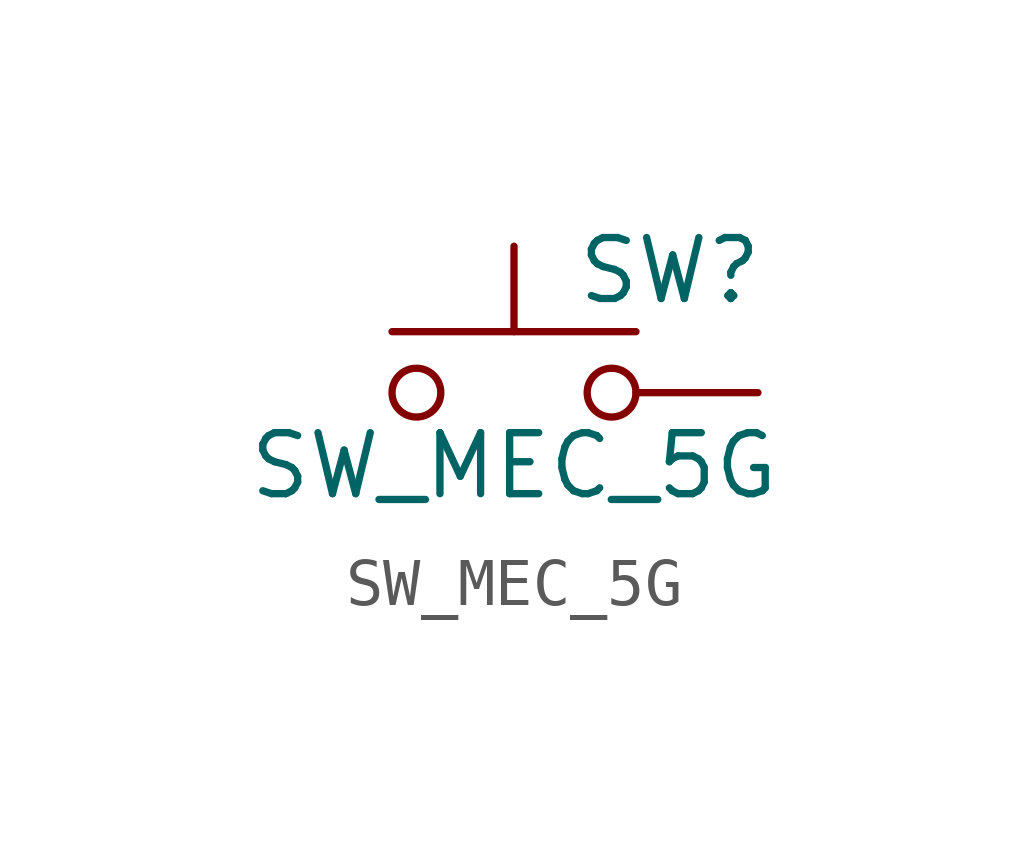
<source format=kicad_sym>
(kicad_symbol_lib
  (version 20211014)
  (generator kicad_symbol_editor)
  (symbol "SW_MEC_5G"
    (pin_numbers hide)
    (pin_names
      (offset 1.016) hide)
    (property "Reference" "SW"
      (at 1.27 2.54 0)
      (effects (font (size 1.27 1.27)) (justify left)))
    (property "Value" "SW_MEC_5G"
      (at 0 -1.524 0)
      (effects (font (size 1.27 1.27))))
    (symbol "SW_MEC_5G_0_1"
      (circle (center -2.032 0) (radius 0.508) (stroke (width 0) (type default) (color 0 0 0 0)) (fill (type none)))
      (polyline (pts (xy 0 1.27) (xy 0 3.048)) (stroke (width 0) (type default) (color 0 0 0 0)) (fill (type none)))
      (polyline (pts (xy 2.54 1.27) (xy -2.54 1.27)) (stroke (width 0) (type default) (color 0 0 0 0)) (fill (type none)))
      (circle (center 2.032 0) (radius 0.508) (stroke (width 0) (type default) (color 0 0 0 0)) (fill (type none)))
      (pin passive line (at -5.08 0 0) (length 2.54) hide (name "A" (effects (font (size 1.27 1.27)))) (number "1" (effects (font (size 1.27 1.27)))))
      (pin passive line (at 5.08 0 180) (length 2.54) (name "B" (effects (font (size 1.27 1.27)))) (number "3" (effects (font (size 1.27 1.27))))))
    (symbol "SW_MEC_5G_1_1"
      (pin passive line (at -5.08 0 0) (length 2.54) hide (name "A" (effects (font (size 1.27 1.27)))) (number "2" (effects (font (size 1.27 1.27)))))
      (pin passive line (at 5.08 0 180) (length 2.54) hide (name "B" (effects (font (size 1.27 1.27)))) (number "4" (effects (font (size 1.27 1.27))))))))
</source>
